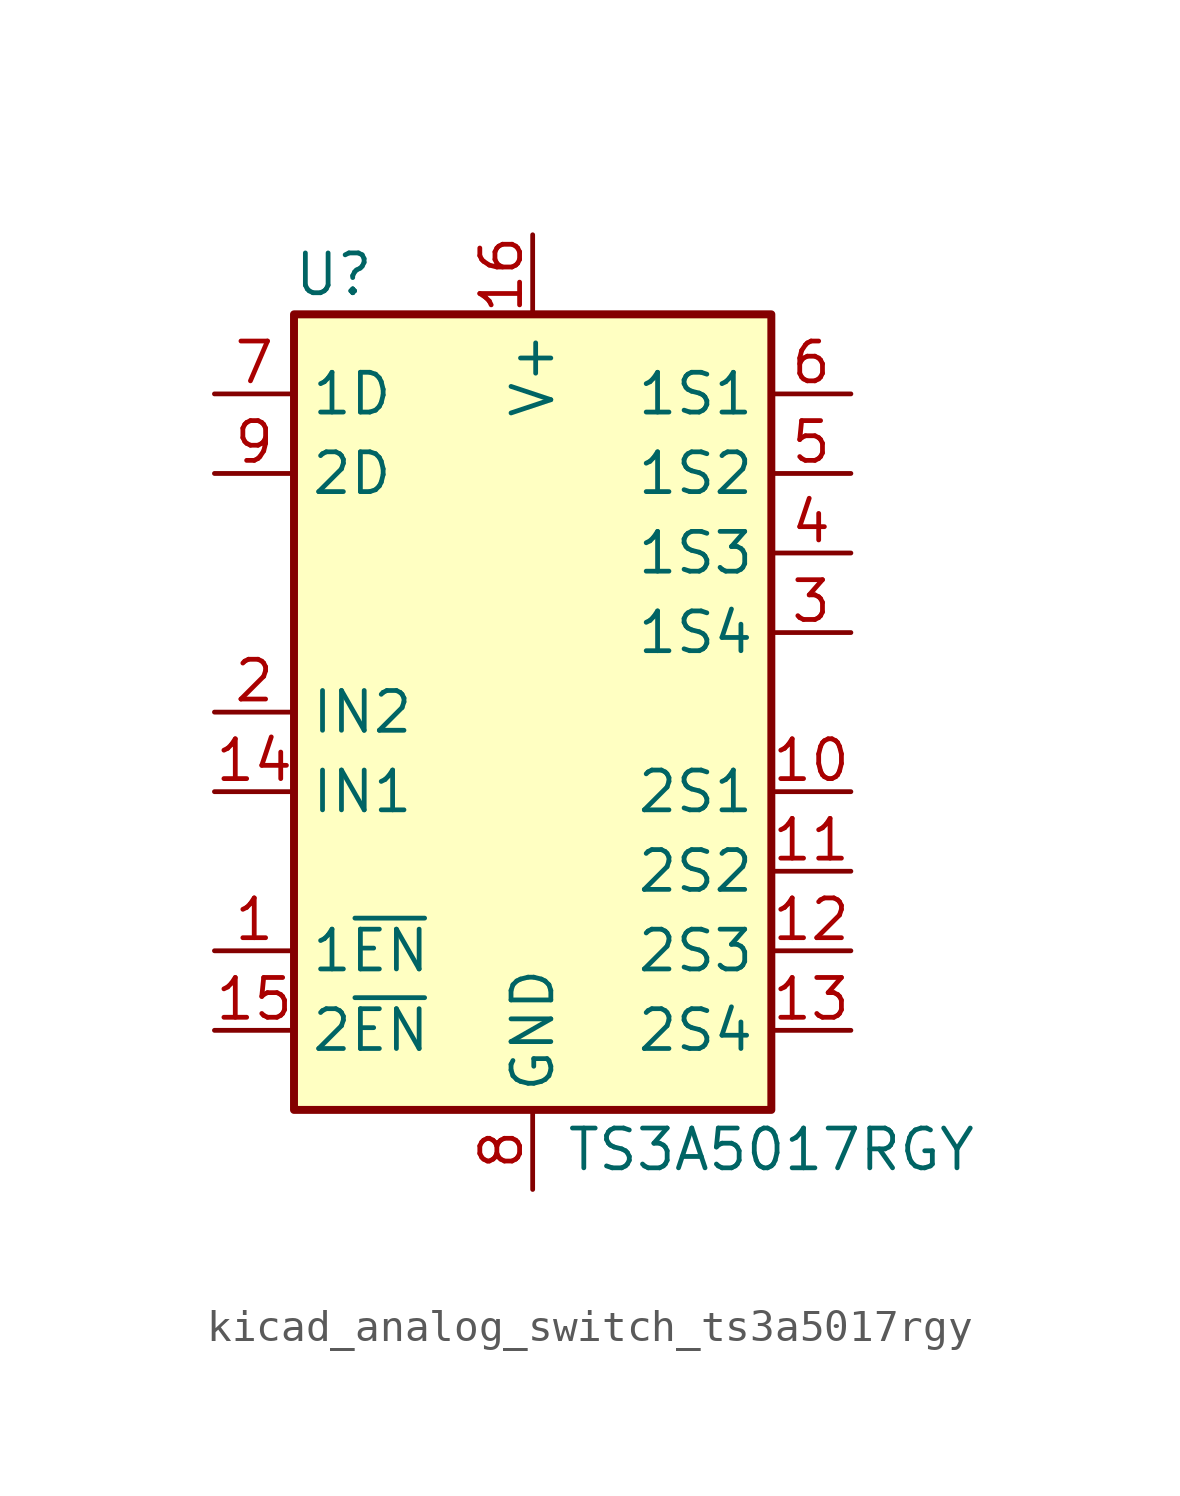
<source format=kicad_sym>
(kicad_symbol_lib
  (version 20220914)
  (generator kicad_symbol_editor)
  (symbol "kicad_analog_switch_ts3a5017rgy"
    (property "Reference" "U"
      (at -6.35 13.97 0)
      (effects (font (size 1.27 1.27))))
    (property "Value" "TS3A5017RGY"
      (at 7.62 -13.97 0)
      (effects (font (size 1.27 1.27))))
    (symbol "kicad_analog_switch_ts3a5017rgy_0_1"
      (rectangle (start -7.62 12.7) (end 7.62 -12.7) (stroke (width 0.254) (type default)) (fill (type background))))
    (symbol "kicad_analog_switch_ts3a5017rgy_1_1"
      (pin input line (at -10.16 -7.62 0) (length 2.54) (name "1~{EN}" (effects (font (size 1.27 1.27)))) (number "1" (effects (font (size 1.27 1.27)))))
      (pin bidirectional line (at 10.16 -2.54 180) (length 2.54) (name "2S1" (effects (font (size 1.27 1.27)))) (number "10" (effects (font (size 1.27 1.27)))))
      (pin bidirectional line (at 10.16 -5.08 180) (length 2.54) (name "2S2" (effects (font (size 1.27 1.27)))) (number "11" (effects (font (size 1.27 1.27)))))
      (pin bidirectional line (at 10.16 -7.62 180) (length 2.54) (name "2S3" (effects (font (size 1.27 1.27)))) (number "12" (effects (font (size 1.27 1.27)))))
      (pin bidirectional line (at 10.16 -10.16 180) (length 2.54) (name "2S4" (effects (font (size 1.27 1.27)))) (number "13" (effects (font (size 1.27 1.27)))))
      (pin input line (at -10.16 -2.54 0) (length 2.54) (name "IN1" (effects (font (size 1.27 1.27)))) (number "14" (effects (font (size 1.27 1.27)))))
      (pin input line (at -10.16 -10.16 0) (length 2.54) (name "2~{EN}" (effects (font (size 1.27 1.27)))) (number "15" (effects (font (size 1.27 1.27)))))
      (pin power_in line (at 0 15.24 270) (length 2.54) (name "V+" (effects (font (size 1.27 1.27)))) (number "16" (effects (font (size 1.27 1.27)))))
      (pin passive line (at 0 -15.24 90) (length 2.54) hide (name "GND" (effects (font (size 1.27 1.27)))) (number "17" (effects (font (size 1.27 1.27)))))
      (pin input line (at -10.16 0 0) (length 2.54) (name "IN2" (effects (font (size 1.27 1.27)))) (number "2" (effects (font (size 1.27 1.27)))))
      (pin bidirectional line (at 10.16 2.54 180) (length 2.54) (name "1S4" (effects (font (size 1.27 1.27)))) (number "3" (effects (font (size 1.27 1.27)))))
      (pin bidirectional line (at 10.16 5.08 180) (length 2.54) (name "1S3" (effects (font (size 1.27 1.27)))) (number "4" (effects (font (size 1.27 1.27)))))
      (pin bidirectional line (at 10.16 7.62 180) (length 2.54) (name "1S2" (effects (font (size 1.27 1.27)))) (number "5" (effects (font (size 1.27 1.27)))))
      (pin bidirectional line (at 10.16 10.16 180) (length 2.54) (name "1S1" (effects (font (size 1.27 1.27)))) (number "6" (effects (font (size 1.27 1.27)))))
      (pin bidirectional line (at -10.16 10.16 0) (length 2.54) (name "1D" (effects (font (size 1.27 1.27)))) (number "7" (effects (font (size 1.27 1.27)))))
      (pin power_in line (at 0 -15.24 90) (length 2.54) (name "GND" (effects (font (size 1.27 1.27)))) (number "8" (effects (font (size 1.27 1.27)))))
      (pin bidirectional line (at -10.16 7.62 0) (length 2.54) (name "2D" (effects (font (size 1.27 1.27)))) (number "9" (effects (font (size 1.27 1.27))))))))
</source>
